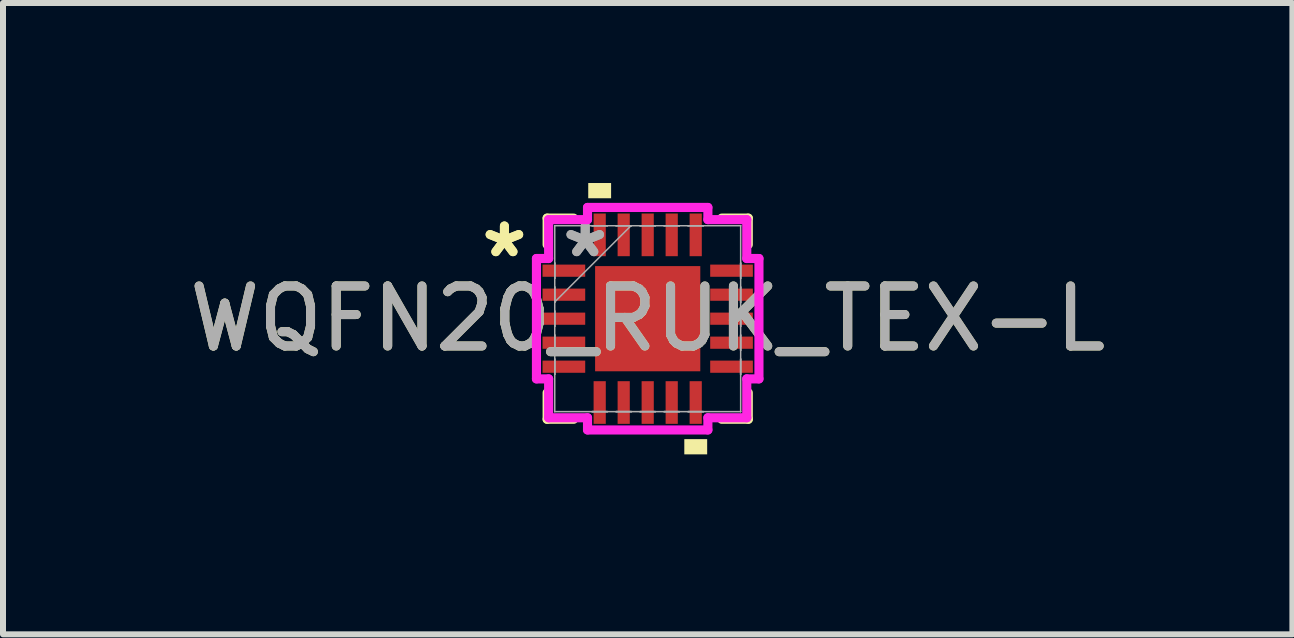
<source format=kicad_pcb>
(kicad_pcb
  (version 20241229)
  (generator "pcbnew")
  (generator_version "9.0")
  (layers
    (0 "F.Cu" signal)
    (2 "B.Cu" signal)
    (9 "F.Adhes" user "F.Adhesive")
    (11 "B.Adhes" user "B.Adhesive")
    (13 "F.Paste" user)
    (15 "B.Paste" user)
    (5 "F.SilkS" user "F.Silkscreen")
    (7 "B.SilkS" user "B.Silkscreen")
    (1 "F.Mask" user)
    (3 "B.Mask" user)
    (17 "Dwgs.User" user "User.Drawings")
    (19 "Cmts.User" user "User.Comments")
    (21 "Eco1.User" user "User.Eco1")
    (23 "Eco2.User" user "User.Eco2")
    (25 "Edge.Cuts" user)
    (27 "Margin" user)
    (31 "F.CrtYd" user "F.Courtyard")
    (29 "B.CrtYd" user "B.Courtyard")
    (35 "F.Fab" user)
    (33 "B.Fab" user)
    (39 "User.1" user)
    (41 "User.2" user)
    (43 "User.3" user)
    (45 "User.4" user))
  (footprint "WQFN20_RUK_TEX-L"
    (layer "F.Cu")
    (at 7.744 2.261)
    (property "Reference" "WQFN20_RUK_TEX-L" (at 0 0 0) (unlocked yes) (layer "F.SilkS") (effects (font (size 1 1) (thickness 0.15))))
    (attr smd)
    (fp_line (start -1.676 -1.676) (end -1.676 -1.234) (stroke (width 0.152) (type solid)) (layer "F.SilkS"))
    (fp_line (start -1.676 1.234) (end -1.676 1.676) (stroke (width 0.152) (type solid)) (layer "F.SilkS"))
    (fp_line (start -1.676 1.676) (end -1.234 1.676) (stroke (width 0.152) (type solid)) (layer "F.SilkS"))
    (fp_line (start -1.234 -1.676) (end -1.676 -1.676) (stroke (width 0.152) (type solid)) (layer "F.SilkS"))
    (fp_line (start 1.234 1.676) (end 1.676 1.676) (stroke (width 0.152) (type solid)) (layer "F.SilkS"))
    (fp_line (start 1.676 -1.676) (end 1.234 -1.676) (stroke (width 0.152) (type solid)) (layer "F.SilkS"))
    (fp_line (start 1.676 -1.234) (end 1.676 -1.676) (stroke (width 0.152) (type solid)) (layer "F.SilkS"))
    (fp_line (start 1.676 1.676) (end 1.676 1.234) (stroke (width 0.152) (type solid)) (layer "F.SilkS"))
    (fp_poly (pts (xy -0.991 -2.007) (xy -0.991 -2.261) (xy -0.61 -2.261) (xy -0.61 -2.007)) (stroke (width 0) (type solid)) (fill yes) (layer "F.SilkS"))
    (fp_poly (pts (xy 0.61 2.007) (xy 0.61 2.261) (xy 0.991 2.261) (xy 0.991 2.007)) (stroke (width 0) (type solid)) (fill yes) (layer "F.SilkS"))
    (fp_line (start -1.854 -1.003) (end -1.651 -1.003) (stroke (width 0.152) (type solid)) (layer "F.CrtYd"))
    (fp_line (start -1.854 1.003) (end -1.854 -1.003) (stroke (width 0.152) (type solid)) (layer "F.CrtYd"))
    (fp_line (start -1.651 -1.651) (end -1.003 -1.651) (stroke (width 0.152) (type solid)) (layer "F.CrtYd"))
    (fp_line (start -1.651 -1.003) (end -1.651 -1.651) (stroke (width 0.152) (type solid)) (layer "F.CrtYd"))
    (fp_line (start -1.651 1.003) (end -1.854 1.003) (stroke (width 0.152) (type solid)) (layer "F.CrtYd"))
    (fp_line (start -1.651 1.651) (end -1.651 1.003) (stroke (width 0.152) (type solid)) (layer "F.CrtYd"))
    (fp_line (start -1.003 -1.854) (end 1.003 -1.854) (stroke (width 0.152) (type solid)) (layer "F.CrtYd"))
    (fp_line (start -1.003 -1.651) (end -1.003 -1.854) (stroke (width 0.152) (type solid)) (layer "F.CrtYd"))
    (fp_line (start -1.003 1.651) (end -1.651 1.651) (stroke (width 0.152) (type solid)) (layer "F.CrtYd"))
    (fp_line (start -1.003 1.854) (end -1.003 1.651) (stroke (width 0.152) (type solid)) (layer "F.CrtYd"))
    (fp_line (start 1.003 -1.854) (end 1.003 -1.651) (stroke (width 0.152) (type solid)) (layer "F.CrtYd"))
    (fp_line (start 1.003 -1.651) (end 1.651 -1.651) (stroke (width 0.152) (type solid)) (layer "F.CrtYd"))
    (fp_line (start 1.003 1.651) (end 1.003 1.854) (stroke (width 0.152) (type solid)) (layer "F.CrtYd"))
    (fp_line (start 1.003 1.854) (end -1.003 1.854) (stroke (width 0.152) (type solid)) (layer "F.CrtYd"))
    (fp_line (start 1.651 -1.651) (end 1.651 -1.003) (stroke (width 0.152) (type solid)) (layer "F.CrtYd"))
    (fp_line (start 1.651 -1.003) (end 1.854 -1.003) (stroke (width 0.152) (type solid)) (layer "F.CrtYd"))
    (fp_line (start 1.651 1.003) (end 1.651 1.651) (stroke (width 0.152) (type solid)) (layer "F.CrtYd"))
    (fp_line (start 1.651 1.651) (end 1.003 1.651) (stroke (width 0.152) (type solid)) (layer "F.CrtYd"))
    (fp_line (start 1.854 -1.003) (end 1.854 1.003) (stroke (width 0.152) (type solid)) (layer "F.CrtYd"))
    (fp_line (start 1.854 1.003) (end 1.651 1.003) (stroke (width 0.152) (type solid)) (layer "F.CrtYd"))
    (fp_line (start -1.549 -1.549) (end -1.549 -1.549) (stroke (width 0.025) (type solid)) (layer "F.Fab"))
    (fp_line (start -1.549 -1.549) (end -1.549 1.549) (stroke (width 0.025) (type solid)) (layer "F.Fab"))
    (fp_line (start -1.549 -0.927) (end -1.549 -0.927) (stroke (width 0.025) (type solid)) (layer "F.Fab"))
    (fp_line (start -1.549 -0.927) (end -1.549 -0.673) (stroke (width 0.025) (type solid)) (layer "F.Fab"))
    (fp_line (start -1.549 -0.673) (end -1.549 -0.927) (stroke (width 0.025) (type solid)) (layer "F.Fab"))
    (fp_line (start -1.549 -0.673) (end -1.549 -0.673) (stroke (width 0.025) (type solid)) (layer "F.Fab"))
    (fp_line (start -1.549 -0.527) (end -1.549 -0.527) (stroke (width 0.025) (type solid)) (layer "F.Fab"))
    (fp_line (start -1.549 -0.527) (end -1.549 -0.273) (stroke (width 0.025) (type solid)) (layer "F.Fab"))
    (fp_line (start -1.549 -0.279) (end -0.279 -1.549) (stroke (width 0.025) (type solid)) (layer "F.Fab"))
    (fp_line (start -1.549 -0.273) (end -1.549 -0.527) (stroke (width 0.025) (type solid)) (layer "F.Fab"))
    (fp_line (start -1.549 -0.273) (end -1.549 -0.273) (stroke (width 0.025) (type solid)) (layer "F.Fab"))
    (fp_line (start -1.549 -0.127) (end -1.549 -0.127) (stroke (width 0.025) (type solid)) (layer "F.Fab"))
    (fp_line (start -1.549 -0.127) (end -1.549 0.127) (stroke (width 0.025) (type solid)) (layer "F.Fab"))
    (fp_line (start -1.549 0.127) (end -1.549 -0.127) (stroke (width 0.025) (type solid)) (layer "F.Fab"))
    (fp_line (start -1.549 0.127) (end -1.549 0.127) (stroke (width 0.025) (type solid)) (layer "F.Fab"))
    (fp_line (start -1.549 0.273) (end -1.549 0.273) (stroke (width 0.025) (type solid)) (layer "F.Fab"))
    (fp_line (start -1.549 0.273) (end -1.549 0.527) (stroke (width 0.025) (type solid)) (layer "F.Fab"))
    (fp_line (start -1.549 0.527) (end -1.549 0.273) (stroke (width 0.025) (type solid)) (layer "F.Fab"))
    (fp_line (start -1.549 0.527) (end -1.549 0.527) (stroke (width 0.025) (type solid)) (layer "F.Fab"))
    (fp_line (start -1.549 0.673) (end -1.549 0.673) (stroke (width 0.025) (type solid)) (layer "F.Fab"))
    (fp_line (start -1.549 0.673) (end -1.549 0.927) (stroke (width 0.025) (type solid)) (layer "F.Fab"))
    (fp_line (start -1.549 0.927) (end -1.549 0.673) (stroke (width 0.025) (type solid)) (layer "F.Fab"))
    (fp_line (start -1.549 0.927) (end -1.549 0.927) (stroke (width 0.025) (type solid)) (layer "F.Fab"))
    (fp_line (start -1.549 1.549) (end -1.549 1.549) (stroke (width 0.025) (type solid)) (layer "F.Fab"))
    (fp_line (start -1.549 1.549) (end 1.549 1.549) (stroke (width 0.025) (type solid)) (layer "F.Fab"))
    (fp_line (start -0.927 -1.549) (end -0.927 -1.549) (stroke (width 0.025) (type solid)) (layer "F.Fab"))
    (fp_line (start -0.927 -1.549) (end -0.673 -1.549) (stroke (width 0.025) (type solid)) (layer "F.Fab"))
    (fp_line (start -0.927 1.549) (end -0.927 1.549) (stroke (width 0.025) (type solid)) (layer "F.Fab"))
    (fp_line (start -0.927 1.549) (end -0.673 1.549) (stroke (width 0.025) (type solid)) (layer "F.Fab"))
    (fp_line (start -0.673 -1.549) (end -0.927 -1.549) (stroke (width 0.025) (type solid)) (layer "F.Fab"))
    (fp_line (start -0.673 -1.549) (end -0.673 -1.549) (stroke (width 0.025) (type solid)) (layer "F.Fab"))
    (fp_line (start -0.673 1.549) (end -0.927 1.549) (stroke (width 0.025) (type solid)) (layer "F.Fab"))
    (fp_line (start -0.673 1.549) (end -0.673 1.549) (stroke (width 0.025) (type solid)) (layer "F.Fab"))
    (fp_line (start -0.527 -1.549) (end -0.527 -1.549) (stroke (width 0.025) (type solid)) (layer "F.Fab"))
    (fp_line (start -0.527 -1.549) (end -0.273 -1.549) (stroke (width 0.025) (type solid)) (layer "F.Fab"))
    (fp_line (start -0.527 1.549) (end -0.527 1.549) (stroke (width 0.025) (type solid)) (layer "F.Fab"))
    (fp_line (start -0.527 1.549) (end -0.273 1.549) (stroke (width 0.025) (type solid)) (layer "F.Fab"))
    (fp_line (start -0.273 -1.549) (end -0.527 -1.549) (stroke (width 0.025) (type solid)) (layer "F.Fab"))
    (fp_line (start -0.273 -1.549) (end -0.273 -1.549) (stroke (width 0.025) (type solid)) (layer "F.Fab"))
    (fp_line (start -0.273 1.549) (end -0.527 1.549) (stroke (width 0.025) (type solid)) (layer "F.Fab"))
    (fp_line (start -0.273 1.549) (end -0.273 1.549) (stroke (width 0.025) (type solid)) (layer "F.Fab"))
    (fp_line (start -0.127 -1.549) (end -0.127 -1.549) (stroke (width 0.025) (type solid)) (layer "F.Fab"))
    (fp_line (start -0.127 -1.549) (end 0.127 -1.549) (stroke (width 0.025) (type solid)) (layer "F.Fab"))
    (fp_line (start -0.127 1.549) (end -0.127 1.549) (stroke (width 0.025) (type solid)) (layer "F.Fab"))
    (fp_line (start -0.127 1.549) (end 0.127 1.549) (stroke (width 0.025) (type solid)) (layer "F.Fab"))
    (fp_line (start 0.127 -1.549) (end -0.127 -1.549) (stroke (width 0.025) (type solid)) (layer "F.Fab"))
    (fp_line (start 0.127 -1.549) (end 0.127 -1.549) (stroke (width 0.025) (type solid)) (layer "F.Fab"))
    (fp_line (start 0.127 1.549) (end -0.127 1.549) (stroke (width 0.025) (type solid)) (layer "F.Fab"))
    (fp_line (start 0.127 1.549) (end 0.127 1.549) (stroke (width 0.025) (type solid)) (layer "F.Fab"))
    (fp_line (start 0.273 -1.549) (end 0.273 -1.549) (stroke (width 0.025) (type solid)) (layer "F.Fab"))
    (fp_line (start 0.273 -1.549) (end 0.527 -1.549) (stroke (width 0.025) (type solid)) (layer "F.Fab"))
    (fp_line (start 0.273 1.549) (end 0.273 1.549) (stroke (width 0.025) (type solid)) (layer "F.Fab"))
    (fp_line (start 0.273 1.549) (end 0.527 1.549) (stroke (width 0.025) (type solid)) (layer "F.Fab"))
    (fp_line (start 0.527 -1.549) (end 0.273 -1.549) (stroke (width 0.025) (type solid)) (layer "F.Fab"))
    (fp_line (start 0.527 -1.549) (end 0.527 -1.549) (stroke (width 0.025) (type solid)) (layer "F.Fab"))
    (fp_line (start 0.527 1.549) (end 0.273 1.549) (stroke (width 0.025) (type solid)) (layer "F.Fab"))
    (fp_line (start 0.527 1.549) (end 0.527 1.549) (stroke (width 0.025) (type solid)) (layer "F.Fab"))
    (fp_line (start 0.673 -1.549) (end 0.673 -1.549) (stroke (width 0.025) (type solid)) (layer "F.Fab"))
    (fp_line (start 0.673 -1.549) (end 0.927 -1.549) (stroke (width 0.025) (type solid)) (layer "F.Fab"))
    (fp_line (start 0.673 1.549) (end 0.673 1.549) (stroke (width 0.025) (type solid)) (layer "F.Fab"))
    (fp_line (start 0.673 1.549) (end 0.927 1.549) (stroke (width 0.025) (type solid)) (layer "F.Fab"))
    (fp_line (start 0.927 -1.549) (end 0.673 -1.549) (stroke (width 0.025) (type solid)) (layer "F.Fab"))
    (fp_line (start 0.927 -1.549) (end 0.927 -1.549) (stroke (width 0.025) (type solid)) (layer "F.Fab"))
    (fp_line (start 0.927 1.549) (end 0.673 1.549) (stroke (width 0.025) (type solid)) (layer "F.Fab"))
    (fp_line (start 0.927 1.549) (end 0.927 1.549) (stroke (width 0.025) (type solid)) (layer "F.Fab"))
    (fp_line (start 1.549 -1.549) (end -1.549 -1.549) (stroke (width 0.025) (type solid)) (layer "F.Fab"))
    (fp_line (start 1.549 -1.549) (end 1.549 -1.549) (stroke (width 0.025) (type solid)) (layer "F.Fab"))
    (fp_line (start 1.549 -0.927) (end 1.549 -0.927) (stroke (width 0.025) (type solid)) (layer "F.Fab"))
    (fp_line (start 1.549 -0.927) (end 1.549 -0.673) (stroke (width 0.025) (type solid)) (layer "F.Fab"))
    (fp_line (start 1.549 -0.673) (end 1.549 -0.927) (stroke (width 0.025) (type solid)) (layer "F.Fab"))
    (fp_line (start 1.549 -0.673) (end 1.549 -0.673) (stroke (width 0.025) (type solid)) (layer "F.Fab"))
    (fp_line (start 1.549 -0.527) (end 1.549 -0.527) (stroke (width 0.025) (type solid)) (layer "F.Fab"))
    (fp_line (start 1.549 -0.527) (end 1.549 -0.273) (stroke (width 0.025) (type solid)) (layer "F.Fab"))
    (fp_line (start 1.549 -0.273) (end 1.549 -0.527) (stroke (width 0.025) (type solid)) (layer "F.Fab"))
    (fp_line (start 1.549 -0.273) (end 1.549 -0.273) (stroke (width 0.025) (type solid)) (layer "F.Fab"))
    (fp_line (start 1.549 -0.127) (end 1.549 -0.127) (stroke (width 0.025) (type solid)) (layer "F.Fab"))
    (fp_line (start 1.549 -0.127) (end 1.549 0.127) (stroke (width 0.025) (type solid)) (layer "F.Fab"))
    (fp_line (start 1.549 0.127) (end 1.549 -0.127) (stroke (width 0.025) (type solid)) (layer "F.Fab"))
    (fp_line (start 1.549 0.127) (end 1.549 0.127) (stroke (width 0.025) (type solid)) (layer "F.Fab"))
    (fp_line (start 1.549 0.273) (end 1.549 0.273) (stroke (width 0.025) (type solid)) (layer "F.Fab"))
    (fp_line (start 1.549 0.273) (end 1.549 0.527) (stroke (width 0.025) (type solid)) (layer "F.Fab"))
    (fp_line (start 1.549 0.527) (end 1.549 0.273) (stroke (width 0.025) (type solid)) (layer "F.Fab"))
    (fp_line (start 1.549 0.527) (end 1.549 0.527) (stroke (width 0.025) (type solid)) (layer "F.Fab"))
    (fp_line (start 1.549 0.673) (end 1.549 0.673) (stroke (width 0.025) (type solid)) (layer "F.Fab"))
    (fp_line (start 1.549 0.673) (end 1.549 0.927) (stroke (width 0.025) (type solid)) (layer "F.Fab"))
    (fp_line (start 1.549 0.927) (end 1.549 0.673) (stroke (width 0.025) (type solid)) (layer "F.Fab"))
    (fp_line (start 1.549 0.927) (end 1.549 0.927) (stroke (width 0.025) (type solid)) (layer "F.Fab"))
    (fp_line (start 1.549 1.549) (end 1.549 -1.549) (stroke (width 0.025) (type solid)) (layer "F.Fab"))
    (fp_line (start 1.549 1.549) (end 1.549 1.549) (stroke (width 0.025) (type solid)) (layer "F.Fab"))
    (fp_text user "*" (at -2.388 -1 0) (layer "F.SilkS") (effects (font (size 1 1) (thickness 0.15))))
    (fp_text user "*" (at -2.388 -1 0) (unlocked yes) (layer "F.SilkS") (effects (font (size 1 1) (thickness 0.15))))
    (fp_text user "*" (at -1.041 -1 0) (unlocked yes) (layer "F.Fab") (effects (font (size 1 1) (thickness 0.15))))
    (fp_text user "${REFERENCE}" (at 0 0 0) (unlocked yes) (layer "F.Fab") (effects (font (size 1 1) (thickness 0.15))))
    (fp_text user "*" (at -1.041 -1 0) (layer "F.Fab") (effects (font (size 1 1) (thickness 0.15))))
    (pad "1" smd rect (at -1.397 -0.8 90) (size 0.203 0.711) (layers "F.Cu" "F.Mask" "F.Paste"))
    (pad "2" smd rect (at -1.397 -0.4 90) (size 0.203 0.711) (layers "F.Cu" "F.Mask" "F.Paste"))
    (pad "3" smd rect (at -1.397 0 90) (size 0.203 0.711) (layers "F.Cu" "F.Mask" "F.Paste"))
    (pad "4" smd rect (at -1.397 0.4 90) (size 0.203 0.711) (layers "F.Cu" "F.Mask" "F.Paste"))
    (pad "5" smd rect (at -1.397 0.8 90) (size 0.203 0.711) (layers "F.Cu" "F.Mask" "F.Paste"))
    (pad "6" smd rect (at -0.8 1.397) (size 0.203 0.711) (layers "F.Cu" "F.Mask" "F.Paste"))
    (pad "7" smd rect (at -0.4 1.397) (size 0.203 0.711) (layers "F.Cu" "F.Mask" "F.Paste"))
    (pad "8" smd rect (at 0 1.397) (size 0.203 0.711) (layers "F.Cu" "F.Mask" "F.Paste"))
    (pad "9" smd rect (at 0.4 1.397) (size 0.203 0.711) (layers "F.Cu" "F.Mask" "F.Paste"))
    (pad "10" smd rect (at 0.8 1.397) (size 0.203 0.711) (layers "F.Cu" "F.Mask" "F.Paste"))
    (pad "11" smd rect (at 1.397 0.8 90) (size 0.203 0.711) (layers "F.Cu" "F.Mask" "F.Paste"))
    (pad "12" smd rect (at 1.397 0.4 90) (size 0.203 0.711) (layers "F.Cu" "F.Mask" "F.Paste"))
    (pad "13" smd rect (at 1.397 0 90) (size 0.203 0.711) (layers "F.Cu" "F.Mask" "F.Paste"))
    (pad "14" smd rect (at 1.397 -0.4 90) (size 0.203 0.711) (layers "F.Cu" "F.Mask" "F.Paste"))
    (pad "15" smd rect (at 1.397 -0.8 90) (size 0.203 0.711) (layers "F.Cu" "F.Mask" "F.Paste"))
    (pad "16" smd rect (at 0.8 -1.397) (size 0.203 0.711) (layers "F.Cu" "F.Mask" "F.Paste"))
    (pad "17" smd rect (at 0.4 -1.397) (size 0.203 0.711) (layers "F.Cu" "F.Mask" "F.Paste"))
    (pad "18" smd rect (at 0 -1.397) (size 0.203 0.711) (layers "F.Cu" "F.Mask" "F.Paste"))
    (pad "19" smd rect (at -0.4 -1.397) (size 0.203 0.711) (layers "F.Cu" "F.Mask" "F.Paste"))
    (pad "20" smd rect (at -0.8 -1.397) (size 0.203 0.711) (layers "F.Cu" "F.Mask" "F.Paste"))
    (pad "21" smd rect (at 0 0) (size 1.753 1.753) (layers "F.Cu" "F.Mask" "F.Paste")))
  (gr_rect
    (start -3 -3)
    (end 18.488 7.521)
    (stroke (width 0.1) (type default))
    (fill no)
    (layer "Edge.Cuts")))
</source>
